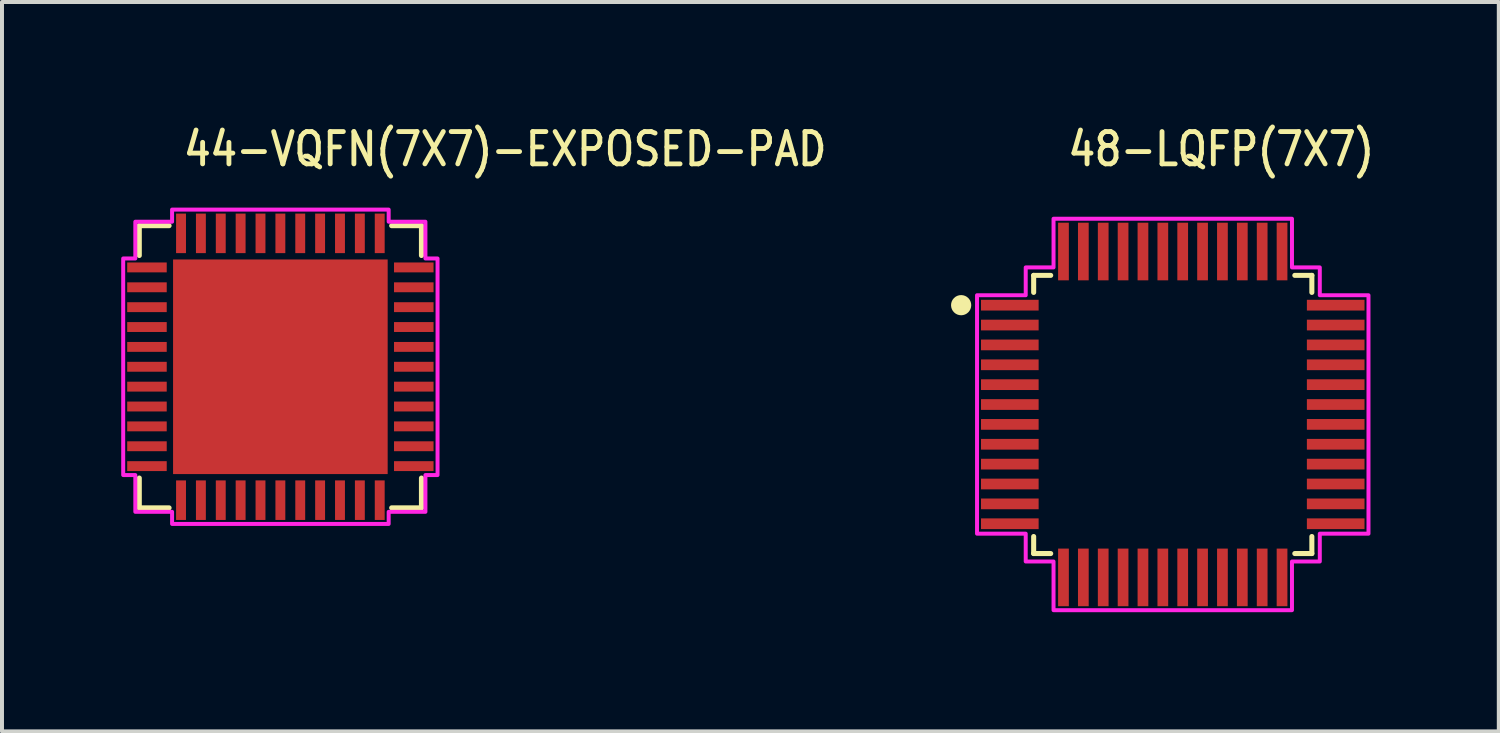
<source format=kicad_pcb>
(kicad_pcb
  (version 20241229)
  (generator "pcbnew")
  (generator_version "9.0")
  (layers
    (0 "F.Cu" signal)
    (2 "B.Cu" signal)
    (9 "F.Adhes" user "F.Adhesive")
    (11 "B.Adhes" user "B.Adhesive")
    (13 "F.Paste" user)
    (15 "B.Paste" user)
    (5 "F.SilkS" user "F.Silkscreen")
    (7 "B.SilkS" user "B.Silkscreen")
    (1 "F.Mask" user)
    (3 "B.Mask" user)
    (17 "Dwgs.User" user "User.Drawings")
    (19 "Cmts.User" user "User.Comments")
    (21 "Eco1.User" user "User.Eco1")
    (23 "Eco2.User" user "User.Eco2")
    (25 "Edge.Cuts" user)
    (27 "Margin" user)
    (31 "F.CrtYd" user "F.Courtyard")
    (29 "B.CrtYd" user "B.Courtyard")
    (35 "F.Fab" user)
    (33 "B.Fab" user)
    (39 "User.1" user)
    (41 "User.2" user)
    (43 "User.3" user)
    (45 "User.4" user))
  (footprint "48-LQFP(7X7)"
    (layer "F.Cu")
    (at 26.46 7.379)
    (property "Reference" "48-LQFP(7X7)" (at -2.7 -6.2 0) (unlocked yes) (layer "F.SilkS") (effects (font (size 0.813 0.695) (thickness 0.122)) (justify left bottom)))
    (fp_line (start -3.5 -3.5) (end -3.071 -3.5) (stroke (width 0.127) (type solid)) (layer "F.SilkS"))
    (fp_line (start -3.5 -3.071) (end -3.5 -3.5) (stroke (width 0.127) (type solid)) (layer "F.SilkS"))
    (fp_line (start -3.5 3.5) (end -3.5 3.071) (stroke (width 0.127) (type solid)) (layer "F.SilkS"))
    (fp_line (start -3.071 3.5) (end -3.5 3.5) (stroke (width 0.127) (type solid)) (layer "F.SilkS"))
    (fp_line (start 3.071 -3.5) (end 3.5 -3.5) (stroke (width 0.127) (type solid)) (layer "F.SilkS"))
    (fp_line (start 3.5 -3.5) (end 3.5 -3.071) (stroke (width 0.127) (type solid)) (layer "F.SilkS"))
    (fp_line (start 3.5 3.071) (end 3.5 3.5) (stroke (width 0.127) (type solid)) (layer "F.SilkS"))
    (fp_line (start 3.5 3.5) (end 3.071 3.5) (stroke (width 0.127) (type solid)) (layer "F.SilkS"))
    (fp_circle (center -5.325 -2.75) (end -5.071 -2.75) (stroke (width 0) (type solid)) (fill yes) (layer "F.SilkS"))
    (fp_poly (pts (xy -4.925 -3) (xy -3.7 -3) (xy -3.7 -3.7) (xy -3 -3.7) (xy -3 -4.925) (xy 3 -4.925) (xy 3 -3.7) (xy 3.7 -3.7) (xy 3.7 -3) (xy 4.925 -3) (xy 4.925 3) (xy 3.7 3) (xy 3.7 3.7) (xy 3 3.7) (xy 3 4.925) (xy -3 4.925) (xy -3 3.7) (xy -3.7 3.7) (xy -3.7 3) (xy -4.925 3)) (stroke (width 0.1) (type solid)) (fill no) (layer "F.CrtYd"))
    (pad "1" smd rect (at -4.1 -2.75) (size 1.45 0.27) (layers "F.Cu" "F.Mask" "F.Paste"))
    (pad "2" smd rect (at -4.1 -2.25) (size 1.45 0.27) (layers "F.Cu" "F.Mask" "F.Paste"))
    (pad "3" smd rect (at -4.1 -1.75) (size 1.45 0.27) (layers "F.Cu" "F.Mask" "F.Paste"))
    (pad "4" smd rect (at -4.1 -1.25) (size 1.45 0.27) (layers "F.Cu" "F.Mask" "F.Paste"))
    (pad "5" smd rect (at -4.1 -0.75) (size 1.45 0.27) (layers "F.Cu" "F.Mask" "F.Paste"))
    (pad "6" smd rect (at -4.1 -0.25) (size 1.45 0.27) (layers "F.Cu" "F.Mask" "F.Paste"))
    (pad "7" smd rect (at -4.1 0.25) (size 1.45 0.27) (layers "F.Cu" "F.Mask" "F.Paste"))
    (pad "8" smd rect (at -4.1 0.75) (size 1.45 0.27) (layers "F.Cu" "F.Mask" "F.Paste"))
    (pad "9" smd rect (at -4.1 1.25) (size 1.45 0.27) (layers "F.Cu" "F.Mask" "F.Paste"))
    (pad "10" smd rect (at -4.1 1.75) (size 1.45 0.27) (layers "F.Cu" "F.Mask" "F.Paste"))
    (pad "11" smd rect (at -4.1 2.25) (size 1.45 0.27) (layers "F.Cu" "F.Mask" "F.Paste"))
    (pad "12" smd rect (at -4.1 2.75) (size 1.45 0.27) (layers "F.Cu" "F.Mask" "F.Paste"))
    (pad "13" smd rect (at -2.75 4.1) (size 0.27 1.45) (layers "F.Cu" "F.Mask" "F.Paste"))
    (pad "14" smd rect (at -2.25 4.1) (size 0.27 1.45) (layers "F.Cu" "F.Mask" "F.Paste"))
    (pad "15" smd rect (at -1.75 4.1) (size 0.27 1.45) (layers "F.Cu" "F.Mask" "F.Paste"))
    (pad "16" smd rect (at -1.25 4.1) (size 0.27 1.45) (layers "F.Cu" "F.Mask" "F.Paste"))
    (pad "17" smd rect (at -0.75 4.1) (size 0.27 1.45) (layers "F.Cu" "F.Mask" "F.Paste"))
    (pad "18" smd rect (at -0.25 4.1) (size 0.27 1.45) (layers "F.Cu" "F.Mask" "F.Paste"))
    (pad "19" smd rect (at 0.25 4.1) (size 0.27 1.45) (layers "F.Cu" "F.Mask" "F.Paste"))
    (pad "20" smd rect (at 0.75 4.1) (size 0.27 1.45) (layers "F.Cu" "F.Mask" "F.Paste"))
    (pad "21" smd rect (at 1.25 4.1) (size 0.27 1.45) (layers "F.Cu" "F.Mask" "F.Paste"))
    (pad "22" smd rect (at 1.75 4.1) (size 0.27 1.45) (layers "F.Cu" "F.Mask" "F.Paste"))
    (pad "23" smd rect (at 2.25 4.1) (size 0.27 1.45) (layers "F.Cu" "F.Mask" "F.Paste"))
    (pad "24" smd rect (at 2.75 4.1) (size 0.27 1.45) (layers "F.Cu" "F.Mask" "F.Paste"))
    (pad "25" smd rect (at 4.1 2.75) (size 1.45 0.27) (layers "F.Cu" "F.Mask" "F.Paste"))
    (pad "26" smd rect (at 4.1 2.25) (size 1.45 0.27) (layers "F.Cu" "F.Mask" "F.Paste"))
    (pad "27" smd rect (at 4.1 1.75) (size 1.45 0.27) (layers "F.Cu" "F.Mask" "F.Paste"))
    (pad "28" smd rect (at 4.1 1.25) (size 1.45 0.27) (layers "F.Cu" "F.Mask" "F.Paste"))
    (pad "29" smd rect (at 4.1 0.75) (size 1.45 0.27) (layers "F.Cu" "F.Mask" "F.Paste"))
    (pad "30" smd rect (at 4.1 0.25) (size 1.45 0.27) (layers "F.Cu" "F.Mask" "F.Paste"))
    (pad "31" smd rect (at 4.1 -0.25) (size 1.45 0.27) (layers "F.Cu" "F.Mask" "F.Paste"))
    (pad "32" smd rect (at 4.1 -0.75) (size 1.45 0.27) (layers "F.Cu" "F.Mask" "F.Paste"))
    (pad "33" smd rect (at 4.1 -1.25) (size 1.45 0.27) (layers "F.Cu" "F.Mask" "F.Paste"))
    (pad "34" smd rect (at 4.1 -1.75) (size 1.45 0.27) (layers "F.Cu" "F.Mask" "F.Paste"))
    (pad "35" smd rect (at 4.1 -2.25) (size 1.45 0.27) (layers "F.Cu" "F.Mask" "F.Paste"))
    (pad "36" smd rect (at 4.1 -2.75) (size 1.45 0.27) (layers "F.Cu" "F.Mask" "F.Paste"))
    (pad "37" smd rect (at 2.75 -4.1) (size 0.27 1.45) (layers "F.Cu" "F.Mask" "F.Paste"))
    (pad "38" smd rect (at 2.25 -4.1) (size 0.27 1.45) (layers "F.Cu" "F.Mask" "F.Paste"))
    (pad "39" smd rect (at 1.75 -4.1) (size 0.27 1.45) (layers "F.Cu" "F.Mask" "F.Paste"))
    (pad "40" smd rect (at 1.25 -4.1) (size 0.27 1.45) (layers "F.Cu" "F.Mask" "F.Paste"))
    (pad "41" smd rect (at 0.75 -4.1) (size 0.27 1.45) (layers "F.Cu" "F.Mask" "F.Paste"))
    (pad "42" smd rect (at 0.25 -4.1) (size 0.27 1.45) (layers "F.Cu" "F.Mask" "F.Paste"))
    (pad "43" smd rect (at -0.25 -4.1) (size 0.27 1.45) (layers "F.Cu" "F.Mask" "F.Paste"))
    (pad "44" smd rect (at -0.75 -4.1) (size 0.27 1.45) (layers "F.Cu" "F.Mask" "F.Paste"))
    (pad "45" smd rect (at -1.25 -4.1) (size 0.27 1.45) (layers "F.Cu" "F.Mask" "F.Paste"))
    (pad "46" smd rect (at -1.75 -4.1) (size 0.27 1.45) (layers "F.Cu" "F.Mask" "F.Paste"))
    (pad "47" smd rect (at -2.25 -4.1) (size 0.27 1.45) (layers "F.Cu" "F.Mask" "F.Paste"))
    (pad "48" smd rect (at -2.75 -4.1) (size 0.27 1.45) (layers "F.Cu" "F.Mask" "F.Paste")))
  (footprint "44-VQFN(7X7)-EXPOSED-PAD"
    (layer "F.Cu")
    (at 4.005 6.179)
    (property "Reference" "44-VQFN(7X7)-EXPOSED-PAD" (at -2.5 -5 0) (unlocked yes) (layer "F.SilkS") (effects (font (size 0.813 0.695) (thickness 0.122)) (justify left bottom)))
    (fp_line (start -3.55 -3.55) (end -3.55 -2.8) (stroke (width 0.127) (type solid)) (layer "F.SilkS"))
    (fp_line (start -3.55 2.8) (end -3.55 3.55) (stroke (width 0.127) (type solid)) (layer "F.SilkS"))
    (fp_line (start -3.55 3.55) (end -2.8 3.55) (stroke (width 0.127) (type solid)) (layer "F.SilkS"))
    (fp_line (start -2.8 -3.55) (end -3.55 -3.55) (stroke (width 0.127) (type solid)) (layer "F.SilkS"))
    (fp_line (start 2.8 3.55) (end 3.55 3.55) (stroke (width 0.127) (type solid)) (layer "F.SilkS"))
    (fp_line (start 3.55 -3.55) (end 2.8 -3.55) (stroke (width 0.127) (type solid)) (layer "F.SilkS"))
    (fp_line (start 3.55 -2.8) (end 3.55 -3.55) (stroke (width 0.127) (type solid)) (layer "F.SilkS"))
    (fp_line (start 3.55 3.55) (end 3.55 2.8) (stroke (width 0.127) (type solid)) (layer "F.SilkS"))
    (fp_poly (pts (xy -2.55 -2.55) (xy -2.55 -1.5) (xy -1.5 -1.5) (xy -1.5 -2.55)) (stroke (width 0.025) (type solid)) (fill yes) (layer "F.Paste"))
    (fp_poly (pts (xy -2.55 -1.2) (xy -2.55 -0.15) (xy -1.5 -0.15) (xy -1.5 -1.2)) (stroke (width 0.025) (type solid)) (fill yes) (layer "F.Paste"))
    (fp_poly (pts (xy -2.55 0.15) (xy -2.55 1.2) (xy -1.5 1.2) (xy -1.5 0.15)) (stroke (width 0.025) (type solid)) (fill yes) (layer "F.Paste"))
    (fp_poly (pts (xy -2.55 1.5) (xy -2.55 2.55) (xy -1.5 2.55) (xy -1.5 1.5)) (stroke (width 0.025) (type solid)) (fill yes) (layer "F.Paste"))
    (fp_poly (pts (xy -1.2 -2.55) (xy -1.2 -1.5) (xy -0.15 -1.5) (xy -0.15 -2.55)) (stroke (width 0.025) (type solid)) (fill yes) (layer "F.Paste"))
    (fp_poly (pts (xy -1.2 -1.2) (xy -1.2 -0.15) (xy -0.15 -0.15) (xy -0.15 -1.2)) (stroke (width 0.025) (type solid)) (fill yes) (layer "F.Paste"))
    (fp_poly (pts (xy -1.2 0.15) (xy -1.2 1.2) (xy -0.15 1.2) (xy -0.15 0.15)) (stroke (width 0.025) (type solid)) (fill yes) (layer "F.Paste"))
    (fp_poly (pts (xy -1.2 1.5) (xy -1.2 2.55) (xy -0.15 2.55) (xy -0.15 1.5)) (stroke (width 0.025) (type solid)) (fill yes) (layer "F.Paste"))
    (fp_poly (pts (xy 0.15 -2.55) (xy 0.15 -1.5) (xy 1.2 -1.5) (xy 1.2 -2.55)) (stroke (width 0.025) (type solid)) (fill yes) (layer "F.Paste"))
    (fp_poly (pts (xy 0.15 -1.2) (xy 0.15 -0.15) (xy 1.2 -0.15) (xy 1.2 -1.2)) (stroke (width 0.025) (type solid)) (fill yes) (layer "F.Paste"))
    (fp_poly (pts (xy 0.15 0.15) (xy 0.15 1.2) (xy 1.2 1.2) (xy 1.2 0.15)) (stroke (width 0.025) (type solid)) (fill yes) (layer "F.Paste"))
    (fp_poly (pts (xy 0.15 1.5) (xy 0.15 2.55) (xy 1.2 2.55) (xy 1.2 1.5)) (stroke (width 0.025) (type solid)) (fill yes) (layer "F.Paste"))
    (fp_poly (pts (xy 1.5 -2.55) (xy 1.5 -1.5) (xy 2.55 -1.5) (xy 2.55 -2.55)) (stroke (width 0.025) (type solid)) (fill yes) (layer "F.Paste"))
    (fp_poly (pts (xy 1.5 -1.2) (xy 1.5 -0.15) (xy 2.55 -0.15) (xy 2.55 -1.2)) (stroke (width 0.025) (type solid)) (fill yes) (layer "F.Paste"))
    (fp_poly (pts (xy 1.5 0.15) (xy 1.5 1.2) (xy 2.55 1.2) (xy 2.55 0.15)) (stroke (width 0.025) (type solid)) (fill yes) (layer "F.Paste"))
    (fp_poly (pts (xy 1.5 1.5) (xy 1.5 2.55) (xy 2.55 2.55) (xy 2.55 1.5)) (stroke (width 0.025) (type solid)) (fill yes) (layer "F.Paste"))
    (fp_poly (pts (xy -3.65 -3.65) (xy -2.725 -3.65) (xy -2.725 -3.955) (xy 2.725 -3.955) (xy 2.725 -3.65) (xy 3.65 -3.65) (xy 3.65 -2.725) (xy 3.955 -2.725) (xy 3.955 2.725) (xy 3.65 2.725) (xy 3.65 3.65) (xy 2.725 3.65) (xy 2.725 3.955) (xy -2.725 3.955) (xy -2.725 3.65) (xy -3.65 3.65) (xy -3.65 2.725) (xy -3.955 2.725) (xy -3.955 -2.725) (xy -3.65 -2.725)) (stroke (width 0.1) (type solid)) (fill no) (layer "F.CrtYd"))
    (pad "1" smd rect (at -3.357 -2.5 270) (size 0.249 0.995) (layers "F.Cu" "F.Mask" "F.Paste"))
    (pad "2" smd rect (at -3.357 -2 270) (size 0.249 0.995) (layers "F.Cu" "F.Mask" "F.Paste"))
    (pad "3" smd rect (at -3.357 -1.5 270) (size 0.249 0.995) (layers "F.Cu" "F.Mask" "F.Paste"))
    (pad "4" smd rect (at -3.357 -1 270) (size 0.249 0.995) (layers "F.Cu" "F.Mask" "F.Paste"))
    (pad "5" smd rect (at -3.357 -0.5 270) (size 0.249 0.995) (layers "F.Cu" "F.Mask" "F.Paste"))
    (pad "6" smd rect (at -3.357 0 270) (size 0.249 0.995) (layers "F.Cu" "F.Mask" "F.Paste"))
    (pad "7" smd rect (at -3.357 0.5 270) (size 0.249 0.995) (layers "F.Cu" "F.Mask" "F.Paste"))
    (pad "8" smd rect (at -3.357 1 270) (size 0.249 0.995) (layers "F.Cu" "F.Mask" "F.Paste"))
    (pad "9" smd rect (at -3.357 1.5 270) (size 0.249 0.995) (layers "F.Cu" "F.Mask" "F.Paste"))
    (pad "10" smd rect (at -3.357 2 270) (size 0.249 0.995) (layers "F.Cu" "F.Mask" "F.Paste"))
    (pad "11" smd rect (at -3.357 2.5 270) (size 0.249 0.995) (layers "F.Cu" "F.Mask" "F.Paste"))
    (pad "12" smd rect (at -2.5 3.357 180) (size 0.249 0.995) (layers "F.Cu" "F.Mask" "F.Paste"))
    (pad "13" smd rect (at -2 3.357 180) (size 0.249 0.995) (layers "F.Cu" "F.Mask" "F.Paste"))
    (pad "14" smd rect (at -1.5 3.357 180) (size 0.249 0.995) (layers "F.Cu" "F.Mask" "F.Paste"))
    (pad "15" smd rect (at -1 3.357 180) (size 0.249 0.995) (layers "F.Cu" "F.Mask" "F.Paste"))
    (pad "16" smd rect (at -0.5 3.357 180) (size 0.249 0.995) (layers "F.Cu" "F.Mask" "F.Paste"))
    (pad "17" smd rect (at 0 3.357 180) (size 0.249 0.995) (layers "F.Cu" "F.Mask" "F.Paste"))
    (pad "18" smd rect (at 0.5 3.357 180) (size 0.249 0.995) (layers "F.Cu" "F.Mask" "F.Paste"))
    (pad "19" smd rect (at 1 3.357 180) (size 0.249 0.995) (layers "F.Cu" "F.Mask" "F.Paste"))
    (pad "20" smd rect (at 1.5 3.357 180) (size 0.249 0.995) (layers "F.Cu" "F.Mask" "F.Paste"))
    (pad "21" smd rect (at 2 3.357 180) (size 0.249 0.995) (layers "F.Cu" "F.Mask" "F.Paste"))
    (pad "22" smd rect (at 2.5 3.357 180) (size 0.249 0.995) (layers "F.Cu" "F.Mask" "F.Paste"))
    (pad "23" smd rect (at 3.357 2.5 270) (size 0.249 0.995) (layers "F.Cu" "F.Mask" "F.Paste"))
    (pad "24" smd rect (at 3.357 2 270) (size 0.249 0.995) (layers "F.Cu" "F.Mask" "F.Paste"))
    (pad "25" smd rect (at 3.357 1.5 270) (size 0.249 0.995) (layers "F.Cu" "F.Mask" "F.Paste"))
    (pad "26" smd rect (at 3.357 1 270) (size 0.249 0.995) (layers "F.Cu" "F.Mask" "F.Paste"))
    (pad "27" smd rect (at 3.357 0.5 270) (size 0.249 0.995) (layers "F.Cu" "F.Mask" "F.Paste"))
    (pad "28" smd rect (at 3.357 0 270) (size 0.249 0.995) (layers "F.Cu" "F.Mask" "F.Paste"))
    (pad "29" smd rect (at 3.357 -0.5 270) (size 0.249 0.995) (layers "F.Cu" "F.Mask" "F.Paste"))
    (pad "30" smd rect (at 3.357 -1 270) (size 0.249 0.995) (layers "F.Cu" "F.Mask" "F.Paste"))
    (pad "31" smd rect (at 3.357 -1.5 270) (size 0.249 0.995) (layers "F.Cu" "F.Mask" "F.Paste"))
    (pad "32" smd rect (at 3.357 -2 270) (size 0.249 0.995) (layers "F.Cu" "F.Mask" "F.Paste"))
    (pad "33" smd rect (at 3.357 -2.5 270) (size 0.249 0.995) (layers "F.Cu" "F.Mask" "F.Paste"))
    (pad "34" smd rect (at 2.5 -3.357 180) (size 0.249 0.995) (layers "F.Cu" "F.Mask" "F.Paste"))
    (pad "35" smd rect (at 2 -3.357 180) (size 0.249 0.995) (layers "F.Cu" "F.Mask" "F.Paste"))
    (pad "36" smd rect (at 1.5 -3.357 180) (size 0.249 0.995) (layers "F.Cu" "F.Mask" "F.Paste"))
    (pad "37" smd rect (at 1 -3.357 180) (size 0.249 0.995) (layers "F.Cu" "F.Mask" "F.Paste"))
    (pad "38" smd rect (at 0.5 -3.357 180) (size 0.249 0.995) (layers "F.Cu" "F.Mask" "F.Paste"))
    (pad "39" smd rect (at 0 -3.357 180) (size 0.249 0.995) (layers "F.Cu" "F.Mask" "F.Paste"))
    (pad "40" smd rect (at -0.5 -3.357 180) (size 0.249 0.995) (layers "F.Cu" "F.Mask" "F.Paste"))
    (pad "41" smd rect (at -1 -3.357 180) (size 0.249 0.995) (layers "F.Cu" "F.Mask" "F.Paste"))
    (pad "42" smd rect (at -1.5 -3.357 180) (size 0.249 0.995) (layers "F.Cu" "F.Mask" "F.Paste"))
    (pad "43" smd rect (at -2 -3.357 180) (size 0.249 0.995) (layers "F.Cu" "F.Mask" "F.Paste"))
    (pad "44" smd rect (at -2.5 -3.357 180) (size 0.249 0.995) (layers "F.Cu" "F.Mask" "F.Paste"))
    (pad "45" smd rect (at 0 0) (size 5.4 5.4) (layers "F.Cu" "F.Mask")))
  (gr_rect
    (start -3 -3)
    (end 34.664 15.354)
    (stroke (width 0.1) (type default))
    (fill no)
    (layer "Edge.Cuts")))
</source>
